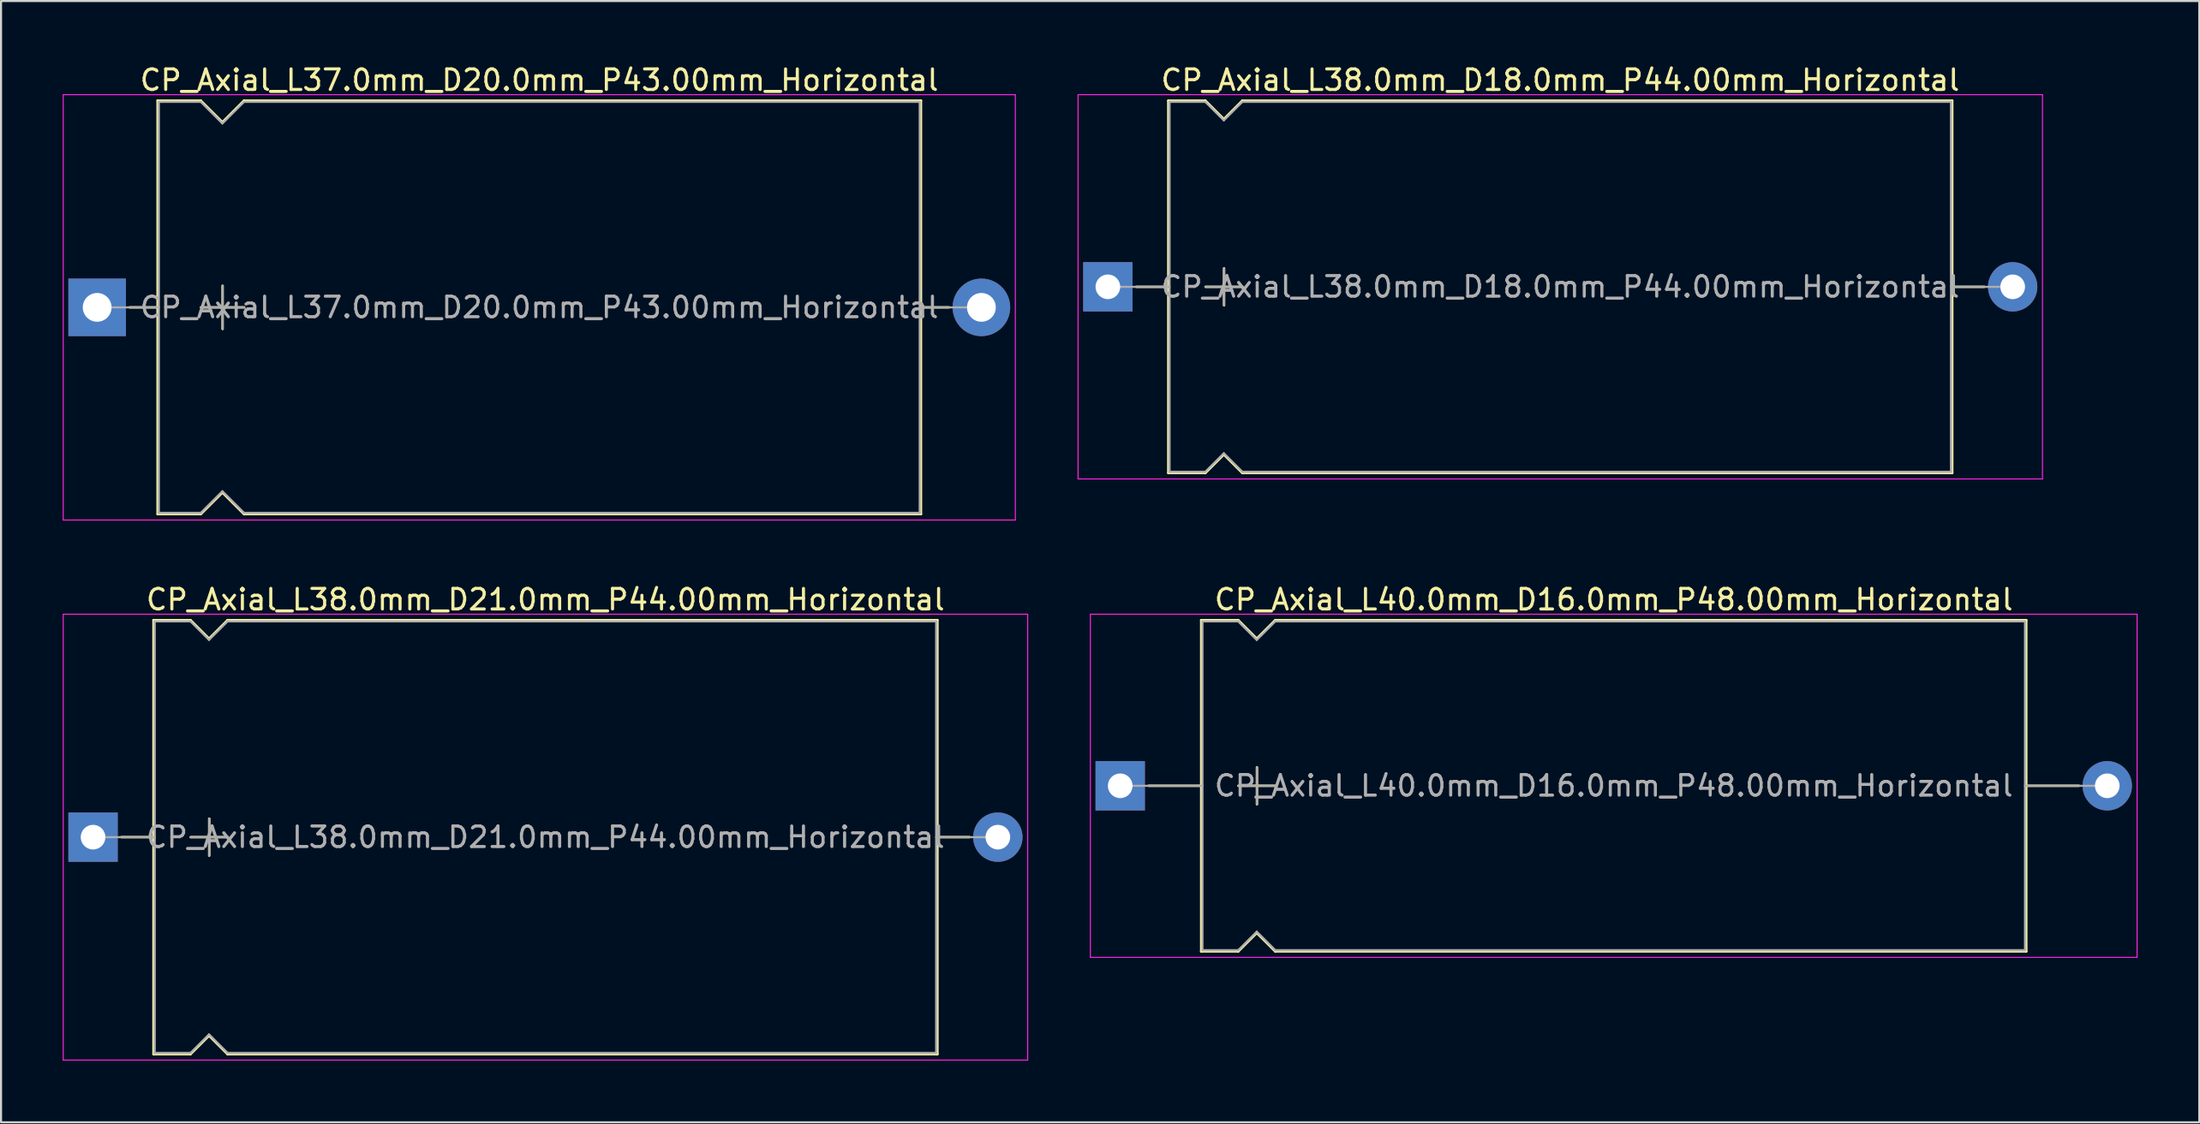
<source format=kicad_pcb>
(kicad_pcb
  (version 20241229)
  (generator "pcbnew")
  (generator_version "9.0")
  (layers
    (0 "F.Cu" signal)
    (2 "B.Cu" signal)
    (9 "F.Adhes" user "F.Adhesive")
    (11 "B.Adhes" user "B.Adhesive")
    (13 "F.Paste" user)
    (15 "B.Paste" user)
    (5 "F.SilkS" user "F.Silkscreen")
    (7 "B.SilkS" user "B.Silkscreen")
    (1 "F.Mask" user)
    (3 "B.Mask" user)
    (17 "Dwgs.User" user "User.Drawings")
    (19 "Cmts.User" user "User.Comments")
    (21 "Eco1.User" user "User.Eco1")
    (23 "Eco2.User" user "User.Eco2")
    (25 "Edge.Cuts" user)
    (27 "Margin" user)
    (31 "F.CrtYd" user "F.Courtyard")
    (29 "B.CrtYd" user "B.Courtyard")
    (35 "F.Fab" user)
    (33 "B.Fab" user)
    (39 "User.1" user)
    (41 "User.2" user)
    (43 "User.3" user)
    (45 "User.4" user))
  (footprint "CP_Axial_L38.0mm_D21.0mm_P44.00mm_Horizontal"
    (layer "F.Cu")
    (at 1.475 37.691)
    (property "Reference" "CP_Axial_L38.0mm_D21.0mm_P44.00mm_Horizontal" (at 22 -11.56 0) (layer "F.SilkS") (effects (font (size 1 1) (thickness 0.15))))
    (attr through_hole)
    (fp_line (start 1.38 0) (end 2.94 0) (stroke (width 0.12) (type solid)) (layer "F.SilkS"))
    (fp_line (start 2.94 -10.56) (end 2.94 10.56) (stroke (width 0.12) (type solid)) (layer "F.SilkS"))
    (fp_line (start 2.94 -10.56) (end 4.74 -10.56) (stroke (width 0.12) (type solid)) (layer "F.SilkS"))
    (fp_line (start 2.94 10.56) (end 4.74 10.56) (stroke (width 0.12) (type solid)) (layer "F.SilkS"))
    (fp_line (start 4.74 -10.56) (end 5.64 -9.66) (stroke (width 0.12) (type solid)) (layer "F.SilkS"))
    (fp_line (start 4.74 10.56) (end 5.64 9.66) (stroke (width 0.12) (type solid)) (layer "F.SilkS"))
    (fp_line (start 4.75 0) (end 6.55 0) (stroke (width 0.12) (type solid)) (layer "F.SilkS"))
    (fp_line (start 5.64 -9.66) (end 6.54 -10.56) (stroke (width 0.12) (type solid)) (layer "F.SilkS"))
    (fp_line (start 5.64 9.66) (end 6.54 10.56) (stroke (width 0.12) (type solid)) (layer "F.SilkS"))
    (fp_line (start 5.65 -0.9) (end 5.65 0.9) (stroke (width 0.12) (type solid)) (layer "F.SilkS"))
    (fp_line (start 6.54 -10.56) (end 41.06 -10.56) (stroke (width 0.12) (type solid)) (layer "F.SilkS"))
    (fp_line (start 6.54 10.56) (end 41.06 10.56) (stroke (width 0.12) (type solid)) (layer "F.SilkS"))
    (fp_line (start 41.06 -10.56) (end 41.06 10.56) (stroke (width 0.12) (type solid)) (layer "F.SilkS"))
    (fp_line (start 42.62 0) (end 41.06 0) (stroke (width 0.12) (type solid)) (layer "F.SilkS"))
    (fp_line (start -1.45 -10.85) (end -1.45 10.85) (stroke (width 0.05) (type solid)) (layer "F.CrtYd"))
    (fp_line (start -1.45 10.85) (end 45.45 10.85) (stroke (width 0.05) (type solid)) (layer "F.CrtYd"))
    (fp_line (start 45.45 -10.85) (end -1.45 -10.85) (stroke (width 0.05) (type solid)) (layer "F.CrtYd"))
    (fp_line (start 45.45 10.85) (end 45.45 -10.85) (stroke (width 0.05) (type solid)) (layer "F.CrtYd"))
    (fp_line (start 0 0) (end 3 0) (stroke (width 0.1) (type solid)) (layer "F.Fab"))
    (fp_line (start 3 -10.5) (end 3 10.5) (stroke (width 0.1) (type solid)) (layer "F.Fab"))
    (fp_line (start 3 -10.5) (end 4.74 -10.5) (stroke (width 0.1) (type solid)) (layer "F.Fab"))
    (fp_line (start 3 10.5) (end 4.74 10.5) (stroke (width 0.1) (type solid)) (layer "F.Fab"))
    (fp_line (start 4.74 -10.5) (end 5.64 -9.6) (stroke (width 0.1) (type solid)) (layer "F.Fab"))
    (fp_line (start 4.74 10.5) (end 5.64 9.6) (stroke (width 0.1) (type solid)) (layer "F.Fab"))
    (fp_line (start 4.75 0) (end 6.55 0) (stroke (width 0.1) (type solid)) (layer "F.Fab"))
    (fp_line (start 5.64 -9.6) (end 6.54 -10.5) (stroke (width 0.1) (type solid)) (layer "F.Fab"))
    (fp_line (start 5.64 9.6) (end 6.54 10.5) (stroke (width 0.1) (type solid)) (layer "F.Fab"))
    (fp_line (start 5.65 -0.9) (end 5.65 0.9) (stroke (width 0.1) (type solid)) (layer "F.Fab"))
    (fp_line (start 6.54 -10.5) (end 41 -10.5) (stroke (width 0.1) (type solid)) (layer "F.Fab"))
    (fp_line (start 6.54 10.5) (end 41 10.5) (stroke (width 0.1) (type solid)) (layer "F.Fab"))
    (fp_line (start 41 -10.5) (end 41 10.5) (stroke (width 0.1) (type solid)) (layer "F.Fab"))
    (fp_line (start 44 0) (end 41 0) (stroke (width 0.1) (type solid)) (layer "F.Fab"))
    (fp_text user "${REFERENCE}" (at 22 0 0) (layer "F.Fab") (effects (font (size 1 1) (thickness 0.15))))
    (pad "1" thru_hole rect (at 0 0) (size 2.4 2.4) (drill 1.2) (layers "*.Cu" "*.Mask"))
    (pad "2" thru_hole oval (at 44 0) (size 2.4 2.4) (drill 1.2) (layers "*.Cu" "*.Mask")))
  (footprint "CP_Axial_L38.0mm_D18.0mm_P44.00mm_Horizontal"
    (layer "F.Cu")
    (at 50.825 10.908)
    (property "Reference" "CP_Axial_L38.0mm_D18.0mm_P44.00mm_Horizontal" (at 22 -10.06 0) (layer "F.SilkS") (effects (font (size 1 1) (thickness 0.15))))
    (attr through_hole)
    (fp_line (start 1.38 0) (end 2.94 0) (stroke (width 0.12) (type solid)) (layer "F.SilkS"))
    (fp_line (start 2.94 -9.06) (end 2.94 9.06) (stroke (width 0.12) (type solid)) (layer "F.SilkS"))
    (fp_line (start 2.94 -9.06) (end 4.74 -9.06) (stroke (width 0.12) (type solid)) (layer "F.SilkS"))
    (fp_line (start 2.94 9.06) (end 4.74 9.06) (stroke (width 0.12) (type solid)) (layer "F.SilkS"))
    (fp_line (start 4.74 -9.06) (end 5.64 -8.16) (stroke (width 0.12) (type solid)) (layer "F.SilkS"))
    (fp_line (start 4.74 9.06) (end 5.64 8.16) (stroke (width 0.12) (type solid)) (layer "F.SilkS"))
    (fp_line (start 4.75 0) (end 6.55 0) (stroke (width 0.12) (type solid)) (layer "F.SilkS"))
    (fp_line (start 5.64 -8.16) (end 6.54 -9.06) (stroke (width 0.12) (type solid)) (layer "F.SilkS"))
    (fp_line (start 5.64 8.16) (end 6.54 9.06) (stroke (width 0.12) (type solid)) (layer "F.SilkS"))
    (fp_line (start 5.65 -0.9) (end 5.65 0.9) (stroke (width 0.12) (type solid)) (layer "F.SilkS"))
    (fp_line (start 6.54 -9.06) (end 41.06 -9.06) (stroke (width 0.12) (type solid)) (layer "F.SilkS"))
    (fp_line (start 6.54 9.06) (end 41.06 9.06) (stroke (width 0.12) (type solid)) (layer "F.SilkS"))
    (fp_line (start 41.06 -9.06) (end 41.06 9.06) (stroke (width 0.12) (type solid)) (layer "F.SilkS"))
    (fp_line (start 42.62 0) (end 41.06 0) (stroke (width 0.12) (type solid)) (layer "F.SilkS"))
    (fp_line (start -1.45 -9.35) (end -1.45 9.35) (stroke (width 0.05) (type solid)) (layer "F.CrtYd"))
    (fp_line (start -1.45 9.35) (end 45.45 9.35) (stroke (width 0.05) (type solid)) (layer "F.CrtYd"))
    (fp_line (start 45.45 -9.35) (end -1.45 -9.35) (stroke (width 0.05) (type solid)) (layer "F.CrtYd"))
    (fp_line (start 45.45 9.35) (end 45.45 -9.35) (stroke (width 0.05) (type solid)) (layer "F.CrtYd"))
    (fp_line (start 0 0) (end 3 0) (stroke (width 0.1) (type solid)) (layer "F.Fab"))
    (fp_line (start 3 -9) (end 3 9) (stroke (width 0.1) (type solid)) (layer "F.Fab"))
    (fp_line (start 3 -9) (end 4.74 -9) (stroke (width 0.1) (type solid)) (layer "F.Fab"))
    (fp_line (start 3 9) (end 4.74 9) (stroke (width 0.1) (type solid)) (layer "F.Fab"))
    (fp_line (start 4.74 -9) (end 5.64 -8.1) (stroke (width 0.1) (type solid)) (layer "F.Fab"))
    (fp_line (start 4.74 9) (end 5.64 8.1) (stroke (width 0.1) (type solid)) (layer "F.Fab"))
    (fp_line (start 4.75 0) (end 6.55 0) (stroke (width 0.1) (type solid)) (layer "F.Fab"))
    (fp_line (start 5.64 -8.1) (end 6.54 -9) (stroke (width 0.1) (type solid)) (layer "F.Fab"))
    (fp_line (start 5.64 8.1) (end 6.54 9) (stroke (width 0.1) (type solid)) (layer "F.Fab"))
    (fp_line (start 5.65 -0.9) (end 5.65 0.9) (stroke (width 0.1) (type solid)) (layer "F.Fab"))
    (fp_line (start 6.54 -9) (end 41 -9) (stroke (width 0.1) (type solid)) (layer "F.Fab"))
    (fp_line (start 6.54 9) (end 41 9) (stroke (width 0.1) (type solid)) (layer "F.Fab"))
    (fp_line (start 41 -9) (end 41 9) (stroke (width 0.1) (type solid)) (layer "F.Fab"))
    (fp_line (start 44 0) (end 41 0) (stroke (width 0.1) (type solid)) (layer "F.Fab"))
    (fp_text user "${REFERENCE}" (at 22 0 0) (layer "F.Fab") (effects (font (size 1 1) (thickness 0.15))))
    (pad "1" thru_hole rect (at 0 0) (size 2.4 2.4) (drill 1.2) (layers "*.Cu" "*.Mask"))
    (pad "2" thru_hole oval (at 44 0) (size 2.4 2.4) (drill 1.2) (layers "*.Cu" "*.Mask")))
  (footprint "CP_Axial_L40.0mm_D16.0mm_P48.00mm_Horizontal"
    (layer "F.Cu")
    (at 51.425 35.191)
    (property "Reference" "CP_Axial_L40.0mm_D16.0mm_P48.00mm_Horizontal" (at 24 -9.06 0) (layer "F.SilkS") (effects (font (size 1 1) (thickness 0.15))))
    (attr through_hole)
    (fp_line (start 1.38 0) (end 3.94 0) (stroke (width 0.12) (type solid)) (layer "F.SilkS"))
    (fp_line (start 3.94 -8.06) (end 3.94 8.06) (stroke (width 0.12) (type solid)) (layer "F.SilkS"))
    (fp_line (start 3.94 -8.06) (end 5.74 -8.06) (stroke (width 0.12) (type solid)) (layer "F.SilkS"))
    (fp_line (start 3.94 8.06) (end 5.74 8.06) (stroke (width 0.12) (type solid)) (layer "F.SilkS"))
    (fp_line (start 5.74 -8.06) (end 6.64 -7.16) (stroke (width 0.12) (type solid)) (layer "F.SilkS"))
    (fp_line (start 5.74 8.06) (end 6.64 7.16) (stroke (width 0.12) (type solid)) (layer "F.SilkS"))
    (fp_line (start 5.75 0) (end 7.55 0) (stroke (width 0.12) (type solid)) (layer "F.SilkS"))
    (fp_line (start 6.64 -7.16) (end 7.54 -8.06) (stroke (width 0.12) (type solid)) (layer "F.SilkS"))
    (fp_line (start 6.64 7.16) (end 7.54 8.06) (stroke (width 0.12) (type solid)) (layer "F.SilkS"))
    (fp_line (start 6.65 -0.9) (end 6.65 0.9) (stroke (width 0.12) (type solid)) (layer "F.SilkS"))
    (fp_line (start 7.54 -8.06) (end 44.06 -8.06) (stroke (width 0.12) (type solid)) (layer "F.SilkS"))
    (fp_line (start 7.54 8.06) (end 44.06 8.06) (stroke (width 0.12) (type solid)) (layer "F.SilkS"))
    (fp_line (start 44.06 -8.06) (end 44.06 8.06) (stroke (width 0.12) (type solid)) (layer "F.SilkS"))
    (fp_line (start 46.62 0) (end 44.06 0) (stroke (width 0.12) (type solid)) (layer "F.SilkS"))
    (fp_line (start -1.45 -8.35) (end -1.45 8.35) (stroke (width 0.05) (type solid)) (layer "F.CrtYd"))
    (fp_line (start -1.45 8.35) (end 49.45 8.35) (stroke (width 0.05) (type solid)) (layer "F.CrtYd"))
    (fp_line (start 49.45 -8.35) (end -1.45 -8.35) (stroke (width 0.05) (type solid)) (layer "F.CrtYd"))
    (fp_line (start 49.45 8.35) (end 49.45 -8.35) (stroke (width 0.05) (type solid)) (layer "F.CrtYd"))
    (fp_line (start 0 0) (end 4 0) (stroke (width 0.1) (type solid)) (layer "F.Fab"))
    (fp_line (start 4 -8) (end 4 8) (stroke (width 0.1) (type solid)) (layer "F.Fab"))
    (fp_line (start 4 -8) (end 5.74 -8) (stroke (width 0.1) (type solid)) (layer "F.Fab"))
    (fp_line (start 4 8) (end 5.74 8) (stroke (width 0.1) (type solid)) (layer "F.Fab"))
    (fp_line (start 5.74 -8) (end 6.64 -7.1) (stroke (width 0.1) (type solid)) (layer "F.Fab"))
    (fp_line (start 5.74 8) (end 6.64 7.1) (stroke (width 0.1) (type solid)) (layer "F.Fab"))
    (fp_line (start 5.75 0) (end 7.55 0) (stroke (width 0.1) (type solid)) (layer "F.Fab"))
    (fp_line (start 6.64 -7.1) (end 7.54 -8) (stroke (width 0.1) (type solid)) (layer "F.Fab"))
    (fp_line (start 6.64 7.1) (end 7.54 8) (stroke (width 0.1) (type solid)) (layer "F.Fab"))
    (fp_line (start 6.65 -0.9) (end 6.65 0.9) (stroke (width 0.1) (type solid)) (layer "F.Fab"))
    (fp_line (start 7.54 -8) (end 44 -8) (stroke (width 0.1) (type solid)) (layer "F.Fab"))
    (fp_line (start 7.54 8) (end 44 8) (stroke (width 0.1) (type solid)) (layer "F.Fab"))
    (fp_line (start 44 -8) (end 44 8) (stroke (width 0.1) (type solid)) (layer "F.Fab"))
    (fp_line (start 48 0) (end 44 0) (stroke (width 0.1) (type solid)) (layer "F.Fab"))
    (fp_text user "${REFERENCE}" (at 24 0 0) (layer "F.Fab") (effects (font (size 1 1) (thickness 0.15))))
    (pad "1" thru_hole rect (at 0 0) (size 2.4 2.4) (drill 1.2) (layers "*.Cu" "*.Mask"))
    (pad "2" thru_hole oval (at 48 0) (size 2.4 2.4) (drill 1.2) (layers "*.Cu" "*.Mask")))
  (footprint "CP_Axial_L37.0mm_D20.0mm_P43.00mm_Horizontal"
    (layer "F.Cu")
    (at 1.675 11.908)
    (property "Reference" "CP_Axial_L37.0mm_D20.0mm_P43.00mm_Horizontal" (at 21.5 -11.06 0) (layer "F.SilkS") (effects (font (size 1 1) (thickness 0.15))))
    (attr through_hole)
    (fp_line (start 1.58 0) (end 2.94 0) (stroke (width 0.12) (type solid)) (layer "F.SilkS"))
    (fp_line (start 2.94 -10.06) (end 2.94 10.06) (stroke (width 0.12) (type solid)) (layer "F.SilkS"))
    (fp_line (start 2.94 -10.06) (end 5.04 -10.06) (stroke (width 0.12) (type solid)) (layer "F.SilkS"))
    (fp_line (start 2.94 10.06) (end 5.04 10.06) (stroke (width 0.12) (type solid)) (layer "F.SilkS"))
    (fp_line (start 5.04 -10.06) (end 6.09 -9.01) (stroke (width 0.12) (type solid)) (layer "F.SilkS"))
    (fp_line (start 5.04 10.06) (end 6.09 9.01) (stroke (width 0.12) (type solid)) (layer "F.SilkS"))
    (fp_line (start 5.05 0) (end 7.15 0) (stroke (width 0.12) (type solid)) (layer "F.SilkS"))
    (fp_line (start 6.09 -9.01) (end 7.14 -10.06) (stroke (width 0.12) (type solid)) (layer "F.SilkS"))
    (fp_line (start 6.09 9.01) (end 7.14 10.06) (stroke (width 0.12) (type solid)) (layer "F.SilkS"))
    (fp_line (start 6.1 -1.05) (end 6.1 1.05) (stroke (width 0.12) (type solid)) (layer "F.SilkS"))
    (fp_line (start 7.14 -10.06) (end 40.06 -10.06) (stroke (width 0.12) (type solid)) (layer "F.SilkS"))
    (fp_line (start 7.14 10.06) (end 40.06 10.06) (stroke (width 0.12) (type solid)) (layer "F.SilkS"))
    (fp_line (start 40.06 -10.06) (end 40.06 10.06) (stroke (width 0.12) (type solid)) (layer "F.SilkS"))
    (fp_line (start 41.42 0) (end 40.06 0) (stroke (width 0.12) (type solid)) (layer "F.SilkS"))
    (fp_line (start -1.65 -10.35) (end -1.65 10.35) (stroke (width 0.05) (type solid)) (layer "F.CrtYd"))
    (fp_line (start -1.65 10.35) (end 44.65 10.35) (stroke (width 0.05) (type solid)) (layer "F.CrtYd"))
    (fp_line (start 44.65 -10.35) (end -1.65 -10.35) (stroke (width 0.05) (type solid)) (layer "F.CrtYd"))
    (fp_line (start 44.65 10.35) (end 44.65 -10.35) (stroke (width 0.05) (type solid)) (layer "F.CrtYd"))
    (fp_line (start 0 0) (end 3 0) (stroke (width 0.1) (type solid)) (layer "F.Fab"))
    (fp_line (start 3 -10) (end 3 10) (stroke (width 0.1) (type solid)) (layer "F.Fab"))
    (fp_line (start 3 -10) (end 5.04 -10) (stroke (width 0.1) (type solid)) (layer "F.Fab"))
    (fp_line (start 3 10) (end 5.04 10) (stroke (width 0.1) (type solid)) (layer "F.Fab"))
    (fp_line (start 5.04 -10) (end 6.09 -8.95) (stroke (width 0.1) (type solid)) (layer "F.Fab"))
    (fp_line (start 5.04 10) (end 6.09 8.95) (stroke (width 0.1) (type solid)) (layer "F.Fab"))
    (fp_line (start 5.05 0) (end 7.15 0) (stroke (width 0.1) (type solid)) (layer "F.Fab"))
    (fp_line (start 6.09 -8.95) (end 7.14 -10) (stroke (width 0.1) (type solid)) (layer "F.Fab"))
    (fp_line (start 6.09 8.95) (end 7.14 10) (stroke (width 0.1) (type solid)) (layer "F.Fab"))
    (fp_line (start 6.1 -1.05) (end 6.1 1.05) (stroke (width 0.1) (type solid)) (layer "F.Fab"))
    (fp_line (start 7.14 -10) (end 40 -10) (stroke (width 0.1) (type solid)) (layer "F.Fab"))
    (fp_line (start 7.14 10) (end 40 10) (stroke (width 0.1) (type solid)) (layer "F.Fab"))
    (fp_line (start 40 -10) (end 40 10) (stroke (width 0.1) (type solid)) (layer "F.Fab"))
    (fp_line (start 43 0) (end 40 0) (stroke (width 0.1) (type solid)) (layer "F.Fab"))
    (fp_text user "${REFERENCE}" (at 21.5 0 0) (layer "F.Fab") (effects (font (size 1 1) (thickness 0.15))))
    (pad "1" thru_hole rect (at 0 0) (size 2.8 2.8) (drill 1.4) (layers "*.Cu" "*.Mask"))
    (pad "2" thru_hole oval (at 43 0) (size 2.8 2.8) (drill 1.4) (layers "*.Cu" "*.Mask")))
  (gr_rect
    (start -3 -3)
    (end 103.9 51.566)
    (stroke (width 0.1) (type default))
    (fill no)
    (layer "Edge.Cuts")))
</source>
